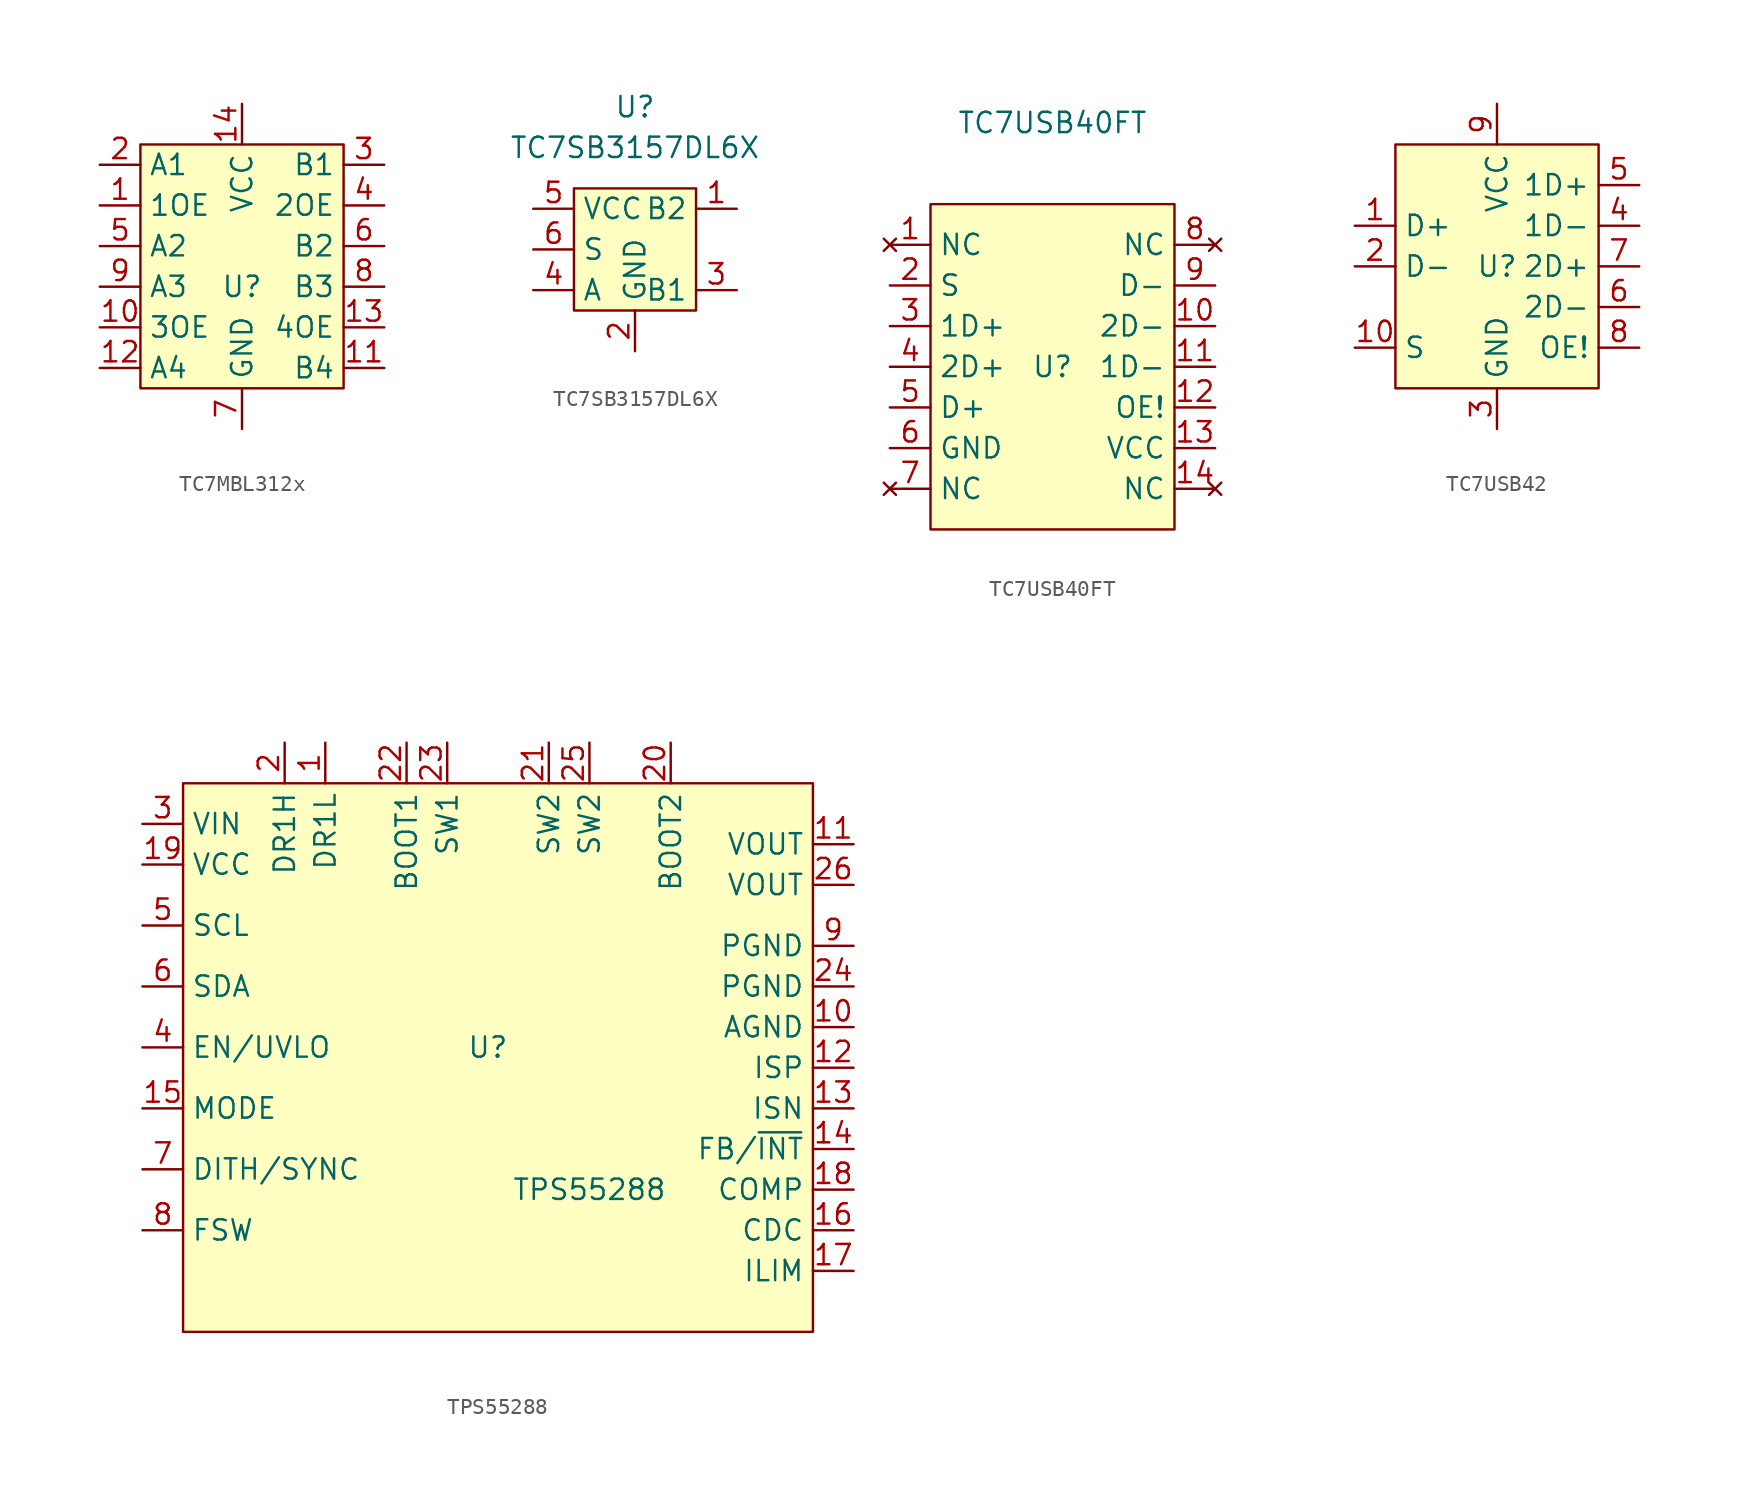
<source format=kicad_sym>
(kicad_symbol_lib
  (version 20220914)
  (generator kicad_symbol_editor)
  (symbol "TC7MBL312x"
    (property "Reference" "U"
      (at 0 -1.27 0)
      (effects (font (size 1.27 1.27))))
    (symbol "TC7MBL312x_0_1"
      (rectangle (start -6.35 7.62) (end 6.35 -7.62) (stroke (width 0) (type default)) (fill (type background))))
    (symbol "TC7MBL312x_1_0"
      (pin input line (at -8.89 -3.81 0) (length 2.54) (name "3OE" (effects (font (size 1.27 1.27)))) (number "10" (effects (font (size 1.27 1.27)))))
      (pin passive line (at 8.89 -6.35 180) (length 2.54) (name "B4" (effects (font (size 1.27 1.27)))) (number "11" (effects (font (size 1.27 1.27)))))
      (pin passive line (at -8.89 -6.35 0) (length 2.54) (name "A4" (effects (font (size 1.27 1.27)))) (number "12" (effects (font (size 1.27 1.27)))))
      (pin input line (at 8.89 -3.81 180) (length 2.54) (name "4OE" (effects (font (size 1.27 1.27)))) (number "13" (effects (font (size 1.27 1.27)))))
      (pin power_in line (at 0 10.16 270) (length 2.54) (name "VCC" (effects (font (size 1.27 1.27)))) (number "14" (effects (font (size 1.27 1.27)))))
      (pin passive line (at -8.89 6.35 0) (length 2.54) (name "A1" (effects (font (size 1.27 1.27)))) (number "2" (effects (font (size 1.27 1.27)))))
      (pin passive line (at 8.89 6.35 180) (length 2.54) (name "B1" (effects (font (size 1.27 1.27)))) (number "3" (effects (font (size 1.27 1.27)))))
      (pin input line (at 8.89 3.81 180) (length 2.54) (name "2OE" (effects (font (size 1.27 1.27)))) (number "4" (effects (font (size 1.27 1.27)))))
      (pin passive line (at -8.89 1.27 0) (length 2.54) (name "A2" (effects (font (size 1.27 1.27)))) (number "5" (effects (font (size 1.27 1.27)))))
      (pin passive line (at 8.89 1.27 180) (length 2.54) (name "B2" (effects (font (size 1.27 1.27)))) (number "6" (effects (font (size 1.27 1.27)))))
      (pin power_out line (at 0 -10.16 90) (length 2.54) (name "GND" (effects (font (size 1.27 1.27)))) (number "7" (effects (font (size 1.27 1.27)))))
      (pin passive line (at 8.89 -1.27 180) (length 2.54) (name "B3" (effects (font (size 1.27 1.27)))) (number "8" (effects (font (size 1.27 1.27)))))
      (pin passive line (at -8.89 -1.27 0) (length 2.54) (name "A3" (effects (font (size 1.27 1.27)))) (number "9" (effects (font (size 1.27 1.27))))))
    (symbol "TC7MBL312x_1_1"
      (pin input line (at -8.89 3.81 0) (length 2.54) (name "1OE" (effects (font (size 1.27 1.27)))) (number "1" (effects (font (size 1.27 1.27)))))))
  (symbol "TC7SB3157DL6X"
    (property "Reference" "U"
      (at 0 8.89 0)
      (effects (font (size 1.27 1.27))))
    (property "Value" "TC7SB3157DL6X"
      (at 0 6.35 0)
      (effects (font (size 1.27 1.27))))
    (symbol "TC7SB3157DL6X_0_0"
      (pin passive line (at 6.35 2.54 180) (length 2.54) (name "B2" (effects (font (size 1.27 1.27)))) (number "1" (effects (font (size 1.27 1.27)))))
      (pin passive line (at 6.35 -2.54 180) (length 2.54) (name "B1" (effects (font (size 1.27 1.27)))) (number "3" (effects (font (size 1.27 1.27)))))
      (pin passive line (at -6.35 -2.54 0) (length 2.54) (name "A" (effects (font (size 1.27 1.27)))) (number "4" (effects (font (size 1.27 1.27)))))
      (pin power_in line (at -6.35 2.54 0) (length 2.54) (name "VCC" (effects (font (size 1.27 1.27)))) (number "5" (effects (font (size 1.27 1.27)))))
      (pin input line (at -6.35 0 0) (length 2.54) (name "S" (effects (font (size 1.27 1.27)))) (number "6" (effects (font (size 1.27 1.27))))))
    (symbol "TC7SB3157DL6X_0_1"
      (rectangle (start -3.81 3.81) (end 3.81 -3.81) (stroke (width 0.152) (type default)) (fill (type background))))
    (symbol "TC7SB3157DL6X_1_1"
      (pin power_in line (at 0 -6.35 90) (length 2.54) (name "GND" (effects (font (size 1.27 1.27)))) (number "2" (effects (font (size 1.27 1.27)))))))
  (symbol "TC7USB40FT"
    (property "Reference" "U"
      (at 0 0 0)
      (effects (font (size 1.27 1.27))))
    (property "Value" "TC7USB40FT"
      (at 0 15.24 0)
      (effects (font (size 1.27 1.27))))
    (symbol "TC7USB40FT_0_0"
      (pin output line (at 10.16 2.54 180) (length 2.54) (name "2D-" (effects (font (size 1.27 1.27)))) (number "10" (effects (font (size 1.27 1.27)))))
      (pin output line (at 10.16 0 180) (length 2.54) (name "1D-" (effects (font (size 1.27 1.27)))) (number "11" (effects (font (size 1.27 1.27)))))
      (pin input line (at 10.16 -2.54 180) (length 2.54) (name "OE!" (effects (font (size 1.27 1.27)))) (number "12" (effects (font (size 1.27 1.27)))))
      (pin power_in line (at 10.16 -5.08 180) (length 2.54) (name "VCC" (effects (font (size 1.27 1.27)))) (number "13" (effects (font (size 1.27 1.27)))))
      (pin no_connect line (at 10.16 -7.62 180) (length 2.54) (name "NC" (effects (font (size 1.27 1.27)))) (number "14" (effects (font (size 1.27 1.27)))))
      (pin output line (at -10.16 2.54 0) (length 2.54) (name "1D+" (effects (font (size 1.27 1.27)))) (number "3" (effects (font (size 1.27 1.27)))))
      (pin output line (at -10.16 0 0) (length 2.54) (name "2D+" (effects (font (size 1.27 1.27)))) (number "4" (effects (font (size 1.27 1.27)))))
      (pin input line (at -10.16 -2.54 0) (length 2.54) (name "D+" (effects (font (size 1.27 1.27)))) (number "5" (effects (font (size 1.27 1.27)))))
      (pin power_in line (at -10.16 -5.08 0) (length 2.54) (name "GND" (effects (font (size 1.27 1.27)))) (number "6" (effects (font (size 1.27 1.27)))))
      (pin no_connect line (at -10.16 -7.62 0) (length 2.54) (name "NC" (effects (font (size 1.27 1.27)))) (number "7" (effects (font (size 1.27 1.27)))))
      (pin no_connect line (at 10.16 7.62 180) (length 2.54) (name "NC" (effects (font (size 1.27 1.27)))) (number "8" (effects (font (size 1.27 1.27)))))
      (pin input line (at 10.16 5.08 180) (length 2.54) (name "D-" (effects (font (size 1.27 1.27)))) (number "9" (effects (font (size 1.27 1.27))))))
    (symbol "TC7USB40FT_0_1"
      (rectangle (start -7.62 10.16) (end 7.62 -10.16) (stroke (width 0.152) (type default)) (fill (type background))))
    (symbol "TC7USB40FT_1_1"
      (pin no_connect line (at -10.16 7.62 0) (length 2.54) (name "NC" (effects (font (size 1.27 1.27)))) (number "1" (effects (font (size 1.27 1.27)))))
      (pin input line (at -10.16 5.08 0) (length 2.54) (name "S" (effects (font (size 1.27 1.27)))) (number "2" (effects (font (size 1.27 1.27)))))))
  (symbol "TC7USB42"
    (property "Reference" "U"
      (at 0 0 0)
      (effects (font (size 1.27 1.27))))
    (property "Value" ""
      (at 1.27 -5.08 0)
      (effects (font (size 1.27 1.27))))
    (symbol "TC7USB42_0_1"
      (rectangle (start -6.35 7.62) (end 6.35 -7.62) (stroke (width 0) (type default)) (fill (type background))))
    (symbol "TC7USB42_1_0"
      (pin input line (at -8.89 -5.08 0) (length 2.54) (name "S" (effects (font (size 1.27 1.27)))) (number "10" (effects (font (size 1.27 1.27)))))
      (pin passive line (at -8.89 0 0) (length 2.54) (name "D-" (effects (font (size 1.27 1.27)))) (number "2" (effects (font (size 1.27 1.27)))))
      (pin power_out line (at 0 -10.16 90) (length 2.54) (name "GND" (effects (font (size 1.27 1.27)))) (number "3" (effects (font (size 1.27 1.27)))))
      (pin passive line (at 8.89 2.54 180) (length 2.54) (name "1D-" (effects (font (size 1.27 1.27)))) (number "4" (effects (font (size 1.27 1.27)))))
      (pin passive line (at 8.89 5.08 180) (length 2.54) (name "1D+" (effects (font (size 1.27 1.27)))) (number "5" (effects (font (size 1.27 1.27)))))
      (pin passive line (at 8.89 -2.54 180) (length 2.54) (name "2D-" (effects (font (size 1.27 1.27)))) (number "6" (effects (font (size 1.27 1.27)))))
      (pin passive line (at 8.89 0 180) (length 2.54) (name "2D+" (effects (font (size 1.27 1.27)))) (number "7" (effects (font (size 1.27 1.27)))))
      (pin input line (at 8.89 -5.08 180) (length 2.54) (name "OE!" (effects (font (size 1.27 1.27)))) (number "8" (effects (font (size 1.27 1.27)))))
      (pin power_in line (at 0 10.16 270) (length 2.54) (name "VCC" (effects (font (size 1.27 1.27)))) (number "9" (effects (font (size 1.27 1.27))))))
    (symbol "TC7USB42_1_1"
      (pin passive line (at -8.89 2.54 0) (length 2.54) (name "D+" (effects (font (size 1.27 1.27)))) (number "1" (effects (font (size 1.27 1.27)))))))
  (symbol "TPS55288"
    (property "Reference" "U"
      (at 0 0 0)
      (effects (font (size 1.27 1.27))))
    (property "Value" "TPS55288"
      (at 6.35 -8.89 0)
      (effects (font (size 1.27 1.27))))
    (symbol "TPS55288_0_1"
      (rectangle (start -19.05 16.51) (end 20.32 -17.78) (stroke (width 0) (type default)) (fill (type background))))
    (symbol "TPS55288_1_0"
      (pin power_out line (at 22.86 1.27 180) (length 2.54) (name "AGND" (effects (font (size 1.27 1.27)))) (number "10" (effects (font (size 1.27 1.27)))))
      (pin power_out line (at 22.86 12.7 180) (length 2.54) (name "VOUT" (effects (font (size 1.27 1.27)))) (number "11" (effects (font (size 1.27 1.27)))))
      (pin input line (at 22.86 -1.27 180) (length 2.54) (name "ISP" (effects (font (size 1.27 1.27)))) (number "12" (effects (font (size 1.27 1.27)))))
      (pin input line (at 22.86 -3.81 180) (length 2.54) (name "ISN" (effects (font (size 1.27 1.27)))) (number "13" (effects (font (size 1.27 1.27)))))
      (pin input line (at 22.86 -6.35 180) (length 2.54) (name "FB/~{INT}" (effects (font (size 1.27 1.27)))) (number "14" (effects (font (size 1.27 1.27)))))
      (pin input line (at -21.59 -3.81 0) (length 2.54) (name "MODE" (effects (font (size 1.27 1.27)))) (number "15" (effects (font (size 1.27 1.27)))))
      (pin output line (at 22.86 -11.43 180) (length 2.54) (name "CDC" (effects (font (size 1.27 1.27)))) (number "16" (effects (font (size 1.27 1.27)))))
      (pin output line (at 22.86 -13.97 180) (length 2.54) (name "ILIM" (effects (font (size 1.27 1.27)))) (number "17" (effects (font (size 1.27 1.27)))))
      (pin input line (at 22.86 -8.89 180) (length 2.54) (name "COMP" (effects (font (size 1.27 1.27)))) (number "18" (effects (font (size 1.27 1.27)))))
      (pin output line (at -21.59 11.43 0) (length 2.54) (name "VCC" (effects (font (size 1.27 1.27)))) (number "19" (effects (font (size 1.27 1.27)))))
      (pin output line (at -12.7 19.05 270) (length 2.54) (name "DR1H" (effects (font (size 1.27 1.27)))) (number "2" (effects (font (size 1.27 1.27)))))
      (pin output line (at 11.43 19.05 270) (length 2.54) (name "BOOT2" (effects (font (size 1.27 1.27)))) (number "20" (effects (font (size 1.27 1.27)))))
      (pin input line (at 3.81 19.05 270) (length 2.54) (name "SW2" (effects (font (size 1.27 1.27)))) (number "21" (effects (font (size 1.27 1.27)))))
      (pin input line (at -5.08 19.05 270) (length 2.54) (name "BOOT1" (effects (font (size 1.27 1.27)))) (number "22" (effects (font (size 1.27 1.27)))))
      (pin input line (at -2.54 19.05 270) (length 2.54) (name "SW1" (effects (font (size 1.27 1.27)))) (number "23" (effects (font (size 1.27 1.27)))))
      (pin power_out line (at 22.86 3.81 180) (length 2.54) (name "PGND" (effects (font (size 1.27 1.27)))) (number "24" (effects (font (size 1.27 1.27)))))
      (pin input line (at 6.35 19.05 270) (length 2.54) (name "SW2" (effects (font (size 1.27 1.27)))) (number "25" (effects (font (size 1.27 1.27)))))
      (pin power_out line (at 22.86 10.16 180) (length 2.54) (name "VOUT" (effects (font (size 1.27 1.27)))) (number "26" (effects (font (size 1.27 1.27)))))
      (pin power_in line (at -21.59 13.97 0) (length 2.54) (name "VIN" (effects (font (size 1.27 1.27)))) (number "3" (effects (font (size 1.27 1.27)))))
      (pin input line (at -21.59 0 0) (length 2.54) (name "EN/UVLO" (effects (font (size 1.27 1.27)))) (number "4" (effects (font (size 1.27 1.27)))))
      (pin input line (at -21.59 7.62 0) (length 2.54) (name "SCL" (effects (font (size 1.27 1.27)))) (number "5" (effects (font (size 1.27 1.27)))))
      (pin passive line (at -21.59 3.81 0) (length 2.54) (name "SDA" (effects (font (size 1.27 1.27)))) (number "6" (effects (font (size 1.27 1.27)))))
      (pin input line (at -21.59 -7.62 0) (length 2.54) (name "DITH/SYNC" (effects (font (size 1.27 1.27)))) (number "7" (effects (font (size 1.27 1.27)))))
      (pin input line (at -21.59 -11.43 0) (length 2.54) (name "FSW" (effects (font (size 1.27 1.27)))) (number "8" (effects (font (size 1.27 1.27)))))
      (pin power_out line (at 22.86 6.35 180) (length 2.54) (name "PGND" (effects (font (size 1.27 1.27)))) (number "9" (effects (font (size 1.27 1.27))))))
    (symbol "TPS55288_1_1"
      (pin output line (at -10.16 19.05 270) (length 2.54) (name "DR1L" (effects (font (size 1.27 1.27)))) (number "1" (effects (font (size 1.27 1.27))))))))
</source>
